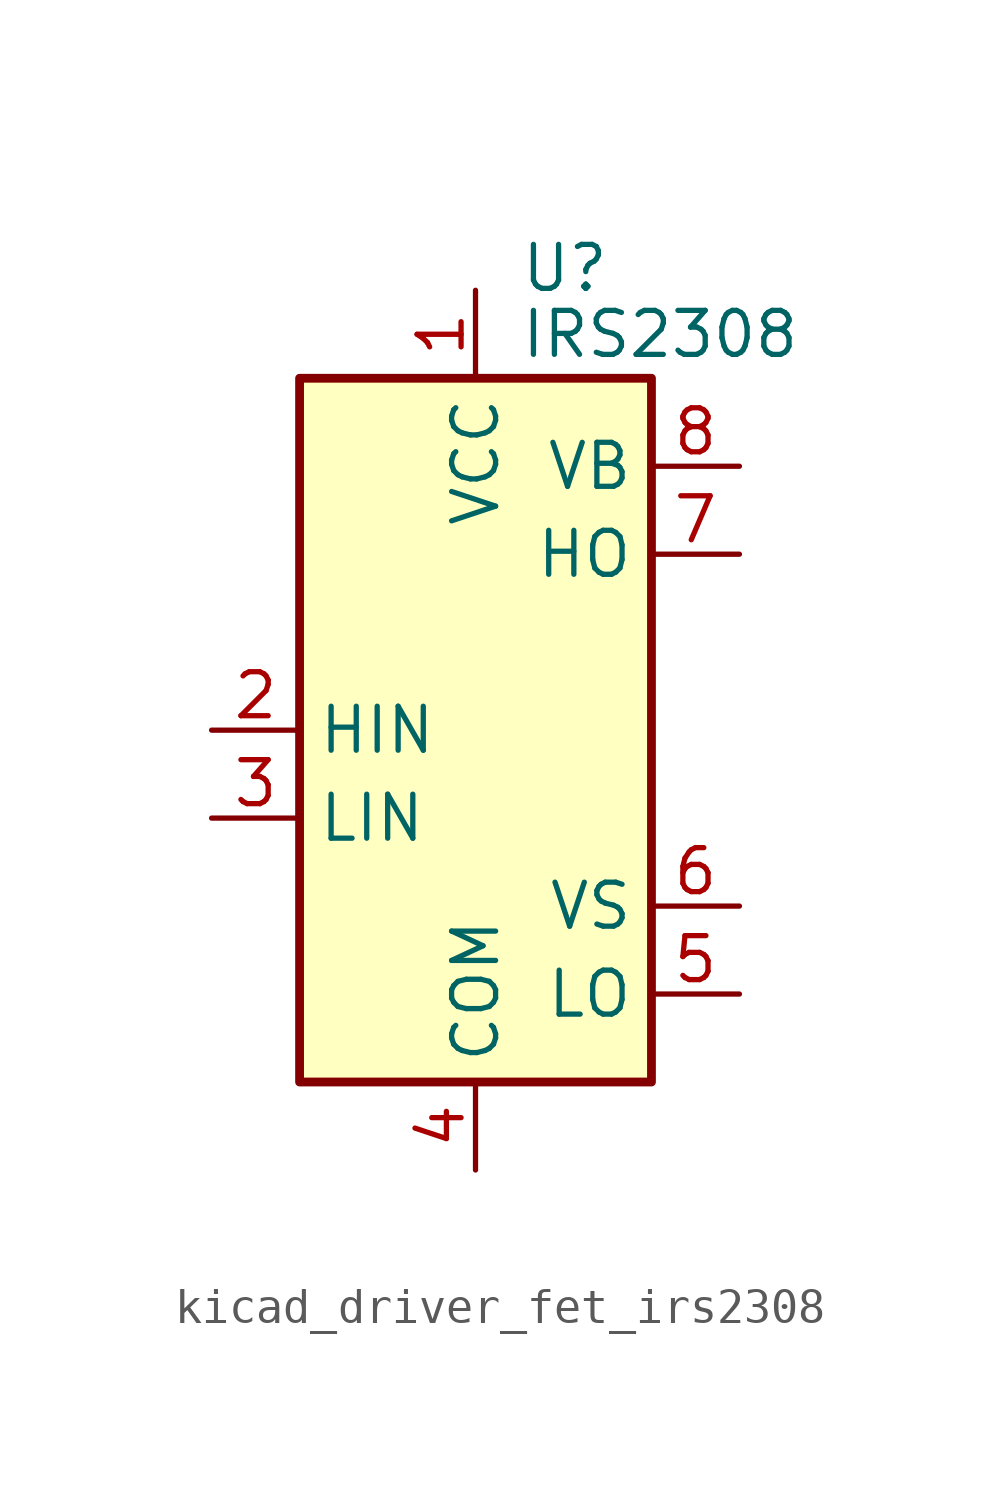
<source format=kicad_sym>
(kicad_symbol_lib
  (version 20220914)
  (generator kicad_symbol_editor)
  (symbol "kicad_driver_fet_irs2308"
    (property "Reference" "U"
      (at 1.27 13.335 0)
      (effects (font (size 1.27 1.27)) (justify left)))
    (property "Value" "IRS2308"
      (at 1.27 11.43 0)
      (effects (font (size 1.27 1.27)) (justify left)))
    (symbol "kicad_driver_fet_irs2308_0_1"
      (rectangle (start -5.08 -10.16) (end 5.08 10.16) (stroke (width 0.254) (type default)) (fill (type background))))
    (symbol "kicad_driver_fet_irs2308_1_1"
      (pin power_in line (at 0 12.7 270) (length 2.54) (name "VCC" (effects (font (size 1.27 1.27)))) (number "1" (effects (font (size 1.27 1.27)))))
      (pin input line (at -7.62 0 0) (length 2.54) (name "HIN" (effects (font (size 1.27 1.27)))) (number "2" (effects (font (size 1.27 1.27)))))
      (pin input line (at -7.62 -2.54 0) (length 2.54) (name "LIN" (effects (font (size 1.27 1.27)))) (number "3" (effects (font (size 1.27 1.27)))))
      (pin power_in line (at 0 -12.7 90) (length 2.54) (name "COM" (effects (font (size 1.27 1.27)))) (number "4" (effects (font (size 1.27 1.27)))))
      (pin output line (at 7.62 -7.62 180) (length 2.54) (name "LO" (effects (font (size 1.27 1.27)))) (number "5" (effects (font (size 1.27 1.27)))))
      (pin passive line (at 7.62 -5.08 180) (length 2.54) (name "VS" (effects (font (size 1.27 1.27)))) (number "6" (effects (font (size 1.27 1.27)))))
      (pin output line (at 7.62 5.08 180) (length 2.54) (name "HO" (effects (font (size 1.27 1.27)))) (number "7" (effects (font (size 1.27 1.27)))))
      (pin passive line (at 7.62 7.62 180) (length 2.54) (name "VB" (effects (font (size 1.27 1.27)))) (number "8" (effects (font (size 1.27 1.27))))))))
</source>
